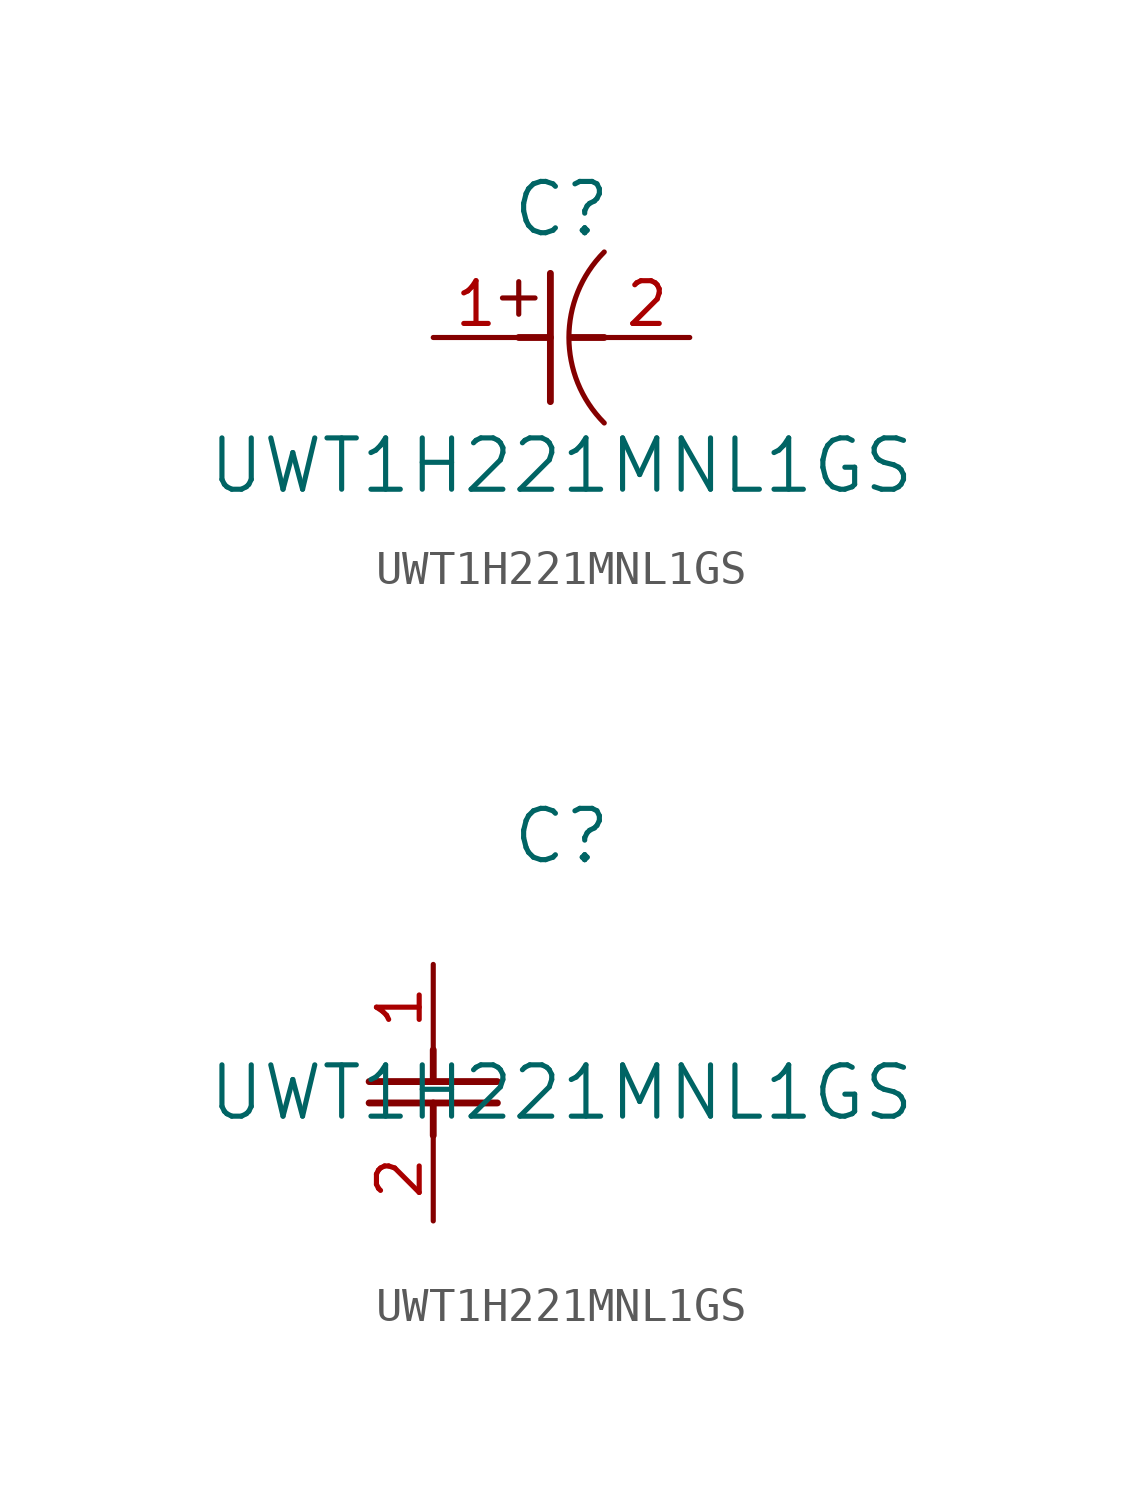
<source format=kicad_sym>
(kicad_symbol_lib
  (version 20220914)
  (generator kicad_symbol_editor)
  (symbol "UWT1H221MNL1GS"
    (pin_names
      (offset 0.254))
    (property "Reference" "C"
      (at 3.81 3.81 0)
      (effects (font (size 1.524 1.524))))
    (property "Value" "UWT1H221MNL1GS"
      (at 3.81 -3.81 0)
      (effects (font (size 1.524 1.524))))
    (property "ki_locked" ""
      (at 0 0 0)
      (effects (font (size 1.27 1.27))))
    (symbol "UWT1H221MNL1GS_0_1"
      (arc (start 5.08 2.54) (mid 4.0305 0) (end 5.08 -2.54) (stroke (width 0) (type default)) (fill (type none))))
    (symbol "UWT1H221MNL1GS_1_1"
      (polyline (pts (xy 2.54 0) (xy 3.48 0)) (stroke (width 0.203) (type default)) (fill (type none)))
      (polyline (pts (xy 3.48 -1.905) (xy 3.48 1.905)) (stroke (width 0.203) (type default)) (fill (type none)))
      (polyline (pts (xy 4.115 0) (xy 5.08 0)) (stroke (width 0.203) (type default)) (fill (type none)))
      (text "+" (at 2.54 1.27 0) (effects (font (size 1.27 1.27))))
      (pin unspecified line (at 0 0 0) (length 2.54) (name "" (effects (font (size 1.27 1.27)))) (number "1" (effects (font (size 1.27 1.27)))))
      (pin unspecified line (at 7.62 0 180) (length 2.54) (name "" (effects (font (size 1.27 1.27)))) (number "2" (effects (font (size 1.27 1.27))))))
    (symbol "UWT1H221MNL1GS_1_2"
      (polyline (pts (xy -1.905 -4.115) (xy 1.905 -4.115)) (stroke (width 0.203) (type default)) (fill (type none)))
      (polyline (pts (xy -1.905 -3.48) (xy 1.905 -3.48)) (stroke (width 0.203) (type default)) (fill (type none)))
      (polyline (pts (xy 0 -4.115) (xy 0 -5.08)) (stroke (width 0.203) (type default)) (fill (type none)))
      (polyline (pts (xy 0 -2.54) (xy 0 -3.48)) (stroke (width 0.203) (type default)) (fill (type none)))
      (pin unspecified line (at 0 0 270) (length 2.54) (name "" (effects (font (size 1.27 1.27)))) (number "1" (effects (font (size 1.27 1.27)))))
      (pin unspecified line (at 0 -7.62 90) (length 2.54) (name "" (effects (font (size 1.27 1.27)))) (number "2" (effects (font (size 1.27 1.27))))))))
</source>
